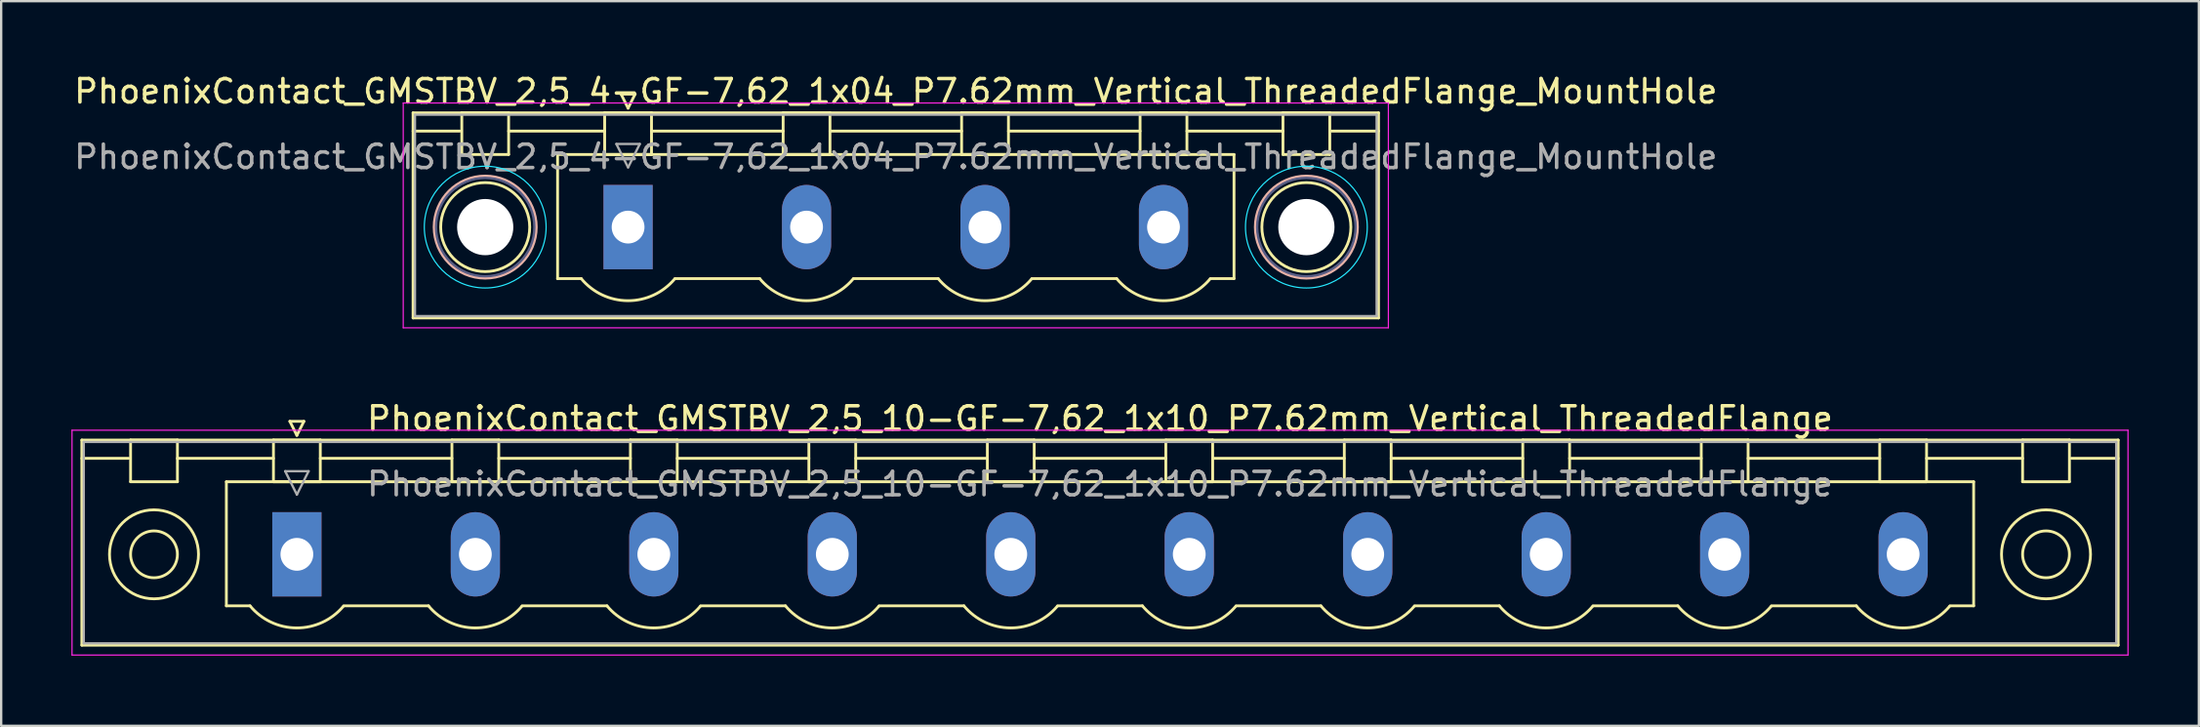
<source format=kicad_pcb>
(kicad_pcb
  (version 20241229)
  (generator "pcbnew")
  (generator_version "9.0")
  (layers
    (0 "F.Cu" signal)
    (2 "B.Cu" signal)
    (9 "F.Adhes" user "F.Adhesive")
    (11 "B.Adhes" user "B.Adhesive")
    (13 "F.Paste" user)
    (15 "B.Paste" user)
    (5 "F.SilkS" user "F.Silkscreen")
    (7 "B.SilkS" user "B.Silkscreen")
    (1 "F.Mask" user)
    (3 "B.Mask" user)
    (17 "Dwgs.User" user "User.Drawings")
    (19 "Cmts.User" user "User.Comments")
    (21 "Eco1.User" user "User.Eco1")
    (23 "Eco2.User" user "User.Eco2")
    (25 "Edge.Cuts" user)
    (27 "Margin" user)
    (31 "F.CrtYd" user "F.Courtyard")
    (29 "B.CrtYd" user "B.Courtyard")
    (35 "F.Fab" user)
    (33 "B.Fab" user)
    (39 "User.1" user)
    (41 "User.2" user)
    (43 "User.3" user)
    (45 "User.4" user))
  (footprint "PhoenixContact_GMSTBV_2,5_4-GF-7,62_1x04_P7.62mm_Vertical_ThreadedFlange_MountHole"
    (layer "F.Cu")
    (at 23.766 6.648)
    (property "Reference" "PhoenixContact_GMSTBV_2,5_4-GF-7,62_1x04_P7.62mm_Vertical_ThreadedFlange_MountHole" (at 11.43 -5.8 0) (layer "F.SilkS") (effects (font (size 1 1) (thickness 0.15))))
    (attr through_hole)
    (fp_line (start -9.18 -4.88) (end -9.18 3.88) (stroke (width 0.12) (type solid)) (layer "F.SilkS"))
    (fp_line (start -9.18 -4.1) (end -7.18 -4.1) (stroke (width 0.12) (type solid)) (layer "F.SilkS"))
    (fp_line (start -9.18 3.88) (end 32.04 3.88) (stroke (width 0.12) (type solid)) (layer "F.SilkS"))
    (fp_line (start -7.1 -4.88) (end -5.1 -4.88) (stroke (width 0.12) (type solid)) (layer "F.SilkS"))
    (fp_line (start -7.1 -3.1) (end -7.1 -4.88) (stroke (width 0.12) (type solid)) (layer "F.SilkS"))
    (fp_line (start -5.1 -4.88) (end -5.1 -3.1) (stroke (width 0.12) (type solid)) (layer "F.SilkS"))
    (fp_line (start -5.1 -4.1) (end -1 -4.1) (stroke (width 0.12) (type solid)) (layer "F.SilkS"))
    (fp_line (start -5.1 -3.1) (end -7.1 -3.1) (stroke (width 0.12) (type solid)) (layer "F.SilkS"))
    (fp_line (start -3.01 -3.1) (end 25.87 -3.1) (stroke (width 0.12) (type solid)) (layer "F.SilkS"))
    (fp_line (start -3.01 2.2) (end -3.01 -3.1) (stroke (width 0.12) (type solid)) (layer "F.SilkS"))
    (fp_line (start -2 2.2) (end -3.01 2.2) (stroke (width 0.12) (type solid)) (layer "F.SilkS"))
    (fp_line (start -1 -4.88) (end 1 -4.88) (stroke (width 0.12) (type solid)) (layer "F.SilkS"))
    (fp_line (start -1 -3.1) (end -1 -4.88) (stroke (width 0.12) (type solid)) (layer "F.SilkS"))
    (fp_line (start -0.3 -5.68) (end 0.3 -5.68) (stroke (width 0.12) (type solid)) (layer "F.SilkS"))
    (fp_line (start 0 -5.08) (end -0.3 -5.68) (stroke (width 0.12) (type solid)) (layer "F.SilkS"))
    (fp_line (start 0.3 -5.68) (end 0 -5.08) (stroke (width 0.12) (type solid)) (layer "F.SilkS"))
    (fp_line (start 1 -4.88) (end 1 -3.1) (stroke (width 0.12) (type solid)) (layer "F.SilkS"))
    (fp_line (start 1 -4.1) (end 6.62 -4.1) (stroke (width 0.12) (type solid)) (layer "F.SilkS"))
    (fp_line (start 1 -3.1) (end -1 -3.1) (stroke (width 0.12) (type solid)) (layer "F.SilkS"))
    (fp_line (start 2 2.2) (end 5.62 2.2) (stroke (width 0.12) (type solid)) (layer "F.SilkS"))
    (fp_line (start 6.62 -4.88) (end 8.62 -4.88) (stroke (width 0.12) (type solid)) (layer "F.SilkS"))
    (fp_line (start 6.62 -3.1) (end 6.62 -4.88) (stroke (width 0.12) (type solid)) (layer "F.SilkS"))
    (fp_line (start 8.62 -4.88) (end 8.62 -3.1) (stroke (width 0.12) (type solid)) (layer "F.SilkS"))
    (fp_line (start 8.62 -4.1) (end 14.24 -4.1) (stroke (width 0.12) (type solid)) (layer "F.SilkS"))
    (fp_line (start 8.62 -3.1) (end 6.62 -3.1) (stroke (width 0.12) (type solid)) (layer "F.SilkS"))
    (fp_line (start 9.62 2.2) (end 13.24 2.2) (stroke (width 0.12) (type solid)) (layer "F.SilkS"))
    (fp_line (start 14.24 -4.88) (end 16.24 -4.88) (stroke (width 0.12) (type solid)) (layer "F.SilkS"))
    (fp_line (start 14.24 -3.1) (end 14.24 -4.88) (stroke (width 0.12) (type solid)) (layer "F.SilkS"))
    (fp_line (start 16.24 -4.88) (end 16.24 -3.1) (stroke (width 0.12) (type solid)) (layer "F.SilkS"))
    (fp_line (start 16.24 -4.1) (end 21.86 -4.1) (stroke (width 0.12) (type solid)) (layer "F.SilkS"))
    (fp_line (start 16.24 -3.1) (end 14.24 -3.1) (stroke (width 0.12) (type solid)) (layer "F.SilkS"))
    (fp_line (start 17.24 2.2) (end 20.86 2.2) (stroke (width 0.12) (type solid)) (layer "F.SilkS"))
    (fp_line (start 21.86 -4.88) (end 23.86 -4.88) (stroke (width 0.12) (type solid)) (layer "F.SilkS"))
    (fp_line (start 21.86 -3.1) (end 21.86 -4.88) (stroke (width 0.12) (type solid)) (layer "F.SilkS"))
    (fp_line (start 23.86 -4.88) (end 23.86 -3.1) (stroke (width 0.12) (type solid)) (layer "F.SilkS"))
    (fp_line (start 23.86 -4.1) (end 27.96 -4.1) (stroke (width 0.12) (type solid)) (layer "F.SilkS"))
    (fp_line (start 23.86 -3.1) (end 21.86 -3.1) (stroke (width 0.12) (type solid)) (layer "F.SilkS"))
    (fp_line (start 25.87 -3.1) (end 25.87 2.2) (stroke (width 0.12) (type solid)) (layer "F.SilkS"))
    (fp_line (start 25.87 2.2) (end 24.86 2.2) (stroke (width 0.12) (type solid)) (layer "F.SilkS"))
    (fp_line (start 27.96 -4.88) (end 29.96 -4.88) (stroke (width 0.12) (type solid)) (layer "F.SilkS"))
    (fp_line (start 27.96 -3.1) (end 27.96 -4.88) (stroke (width 0.12) (type solid)) (layer "F.SilkS"))
    (fp_line (start 29.96 -4.88) (end 29.96 -3.1) (stroke (width 0.12) (type solid)) (layer "F.SilkS"))
    (fp_line (start 29.96 -3.1) (end 27.96 -3.1) (stroke (width 0.12) (type solid)) (layer "F.SilkS"))
    (fp_line (start 32.04 -4.88) (end -9.18 -4.88) (stroke (width 0.12) (type solid)) (layer "F.SilkS"))
    (fp_line (start 32.04 -4.1) (end 30.04 -4.1) (stroke (width 0.12) (type solid)) (layer "F.SilkS"))
    (fp_line (start 32.04 3.88) (end 32.04 -4.88) (stroke (width 0.12) (type solid)) (layer "F.SilkS"))
    (fp_arc (start 1.986842 2.215821) (mid -0.010289 3.142758) (end -2 2.2) (stroke (width 0.12) (type solid)) (layer "F.SilkS"))
    (fp_arc (start 9.606842 2.215821) (mid 7.609711 3.142758) (end 5.62 2.2) (stroke (width 0.12) (type solid)) (layer "F.SilkS"))
    (fp_arc (start 17.226842 2.215821) (mid 15.229711 3.142758) (end 13.24 2.2) (stroke (width 0.12) (type solid)) (layer "F.SilkS"))
    (fp_arc (start 24.846842 2.215821) (mid 22.849711 3.142758) (end 20.86 2.2) (stroke (width 0.12) (type solid)) (layer "F.SilkS"))
    (fp_circle (center -6.1 0) (end -4.2 0) (stroke (width 0.12) (type solid)) (fill no) (layer "F.SilkS"))
    (fp_circle (center 28.96 0) (end 30.86 0) (stroke (width 0.12) (type solid)) (fill no) (layer "F.SilkS"))
    (fp_circle (center -6.1 0) (end -3.92 0) (stroke (width 0.12) (type solid)) (fill no) (layer "B.SilkS"))
    (fp_circle (center 28.96 0) (end 31.14 0) (stroke (width 0.12) (type solid)) (fill no) (layer "B.SilkS"))
    (fp_circle (center -6.1 0) (end -3.5 0) (stroke (width 0.05) (type solid)) (fill no) (layer "B.CrtYd"))
    (fp_circle (center 28.96 0) (end 31.56 0) (stroke (width 0.05) (type solid)) (fill no) (layer "B.CrtYd"))
    (fp_line (start -9.6 -5.3) (end -9.6 4.3) (stroke (width 0.05) (type solid)) (layer "F.CrtYd"))
    (fp_line (start -9.6 4.3) (end 32.46 4.3) (stroke (width 0.05) (type solid)) (layer "F.CrtYd"))
    (fp_line (start 32.46 -5.3) (end -9.6 -5.3) (stroke (width 0.05) (type solid)) (layer "F.CrtYd"))
    (fp_line (start 32.46 4.3) (end 32.46 -5.3) (stroke (width 0.05) (type solid)) (layer "F.CrtYd"))
    (fp_circle (center -6.1 0) (end -4 0) (stroke (width 0.1) (type solid)) (fill no) (layer "B.Fab"))
    (fp_circle (center 28.96 0) (end 31.06 0) (stroke (width 0.1) (type solid)) (fill no) (layer "B.Fab"))
    (fp_line (start -9.1 -4.8) (end -9.1 3.8) (stroke (width 0.1) (type solid)) (layer "F.Fab"))
    (fp_line (start -9.1 3.8) (end 31.96 3.8) (stroke (width 0.1) (type solid)) (layer "F.Fab"))
    (fp_line (start -0.5 -3.55) (end 0.5 -3.55) (stroke (width 0.1) (type solid)) (layer "F.Fab"))
    (fp_line (start 0 -2.55) (end -0.5 -3.55) (stroke (width 0.1) (type solid)) (layer "F.Fab"))
    (fp_line (start 0.5 -3.55) (end 0 -2.55) (stroke (width 0.1) (type solid)) (layer "F.Fab"))
    (fp_line (start 31.96 -4.8) (end -9.1 -4.8) (stroke (width 0.1) (type solid)) (layer "F.Fab"))
    (fp_line (start 31.96 3.8) (end 31.96 -4.8) (stroke (width 0.1) (type solid)) (layer "F.Fab"))
    (fp_text user "${REFERENCE}" (at 11.43 -3 0) (layer "F.Fab") (effects (font (size 1 1) (thickness 0.15))))
    (pad "" np_thru_hole circle (at -6.1 0) (size 2.4 2.4) (drill 2.4) (layers "*.Cu" "*.Mask"))
    (pad "" np_thru_hole circle (at 28.96 0) (size 2.4 2.4) (drill 2.4) (layers "*.Cu" "*.Mask"))
    (pad "1" thru_hole rect (at 0 0) (size 2.1 3.6) (drill 1.4) (layers "*.Cu" "*.Mask"))
    (pad "2" thru_hole oval (at 7.62 0) (size 2.1 3.6) (drill 1.4) (layers "*.Cu" "*.Mask"))
    (pad "3" thru_hole oval (at 15.24 0) (size 2.1 3.6) (drill 1.4) (layers "*.Cu" "*.Mask"))
    (pad "4" thru_hole oval (at 22.86 0) (size 2.1 3.6) (drill 1.4) (layers "*.Cu" "*.Mask")))
  (footprint "PhoenixContact_GMSTBV_2,5_10-GF-7,62_1x10_P7.62mm_Vertical_ThreadedFlange"
    (layer "F.Cu")
    (at 9.625 20.622)
    (property "Reference" "PhoenixContact_GMSTBV_2,5_10-GF-7,62_1x10_P7.62mm_Vertical_ThreadedFlange" (at 34.29 -5.8 0) (layer "F.SilkS") (effects (font (size 1 1) (thickness 0.15))))
    (attr through_hole)
    (fp_line (start -9.18 -4.88) (end -9.18 3.88) (stroke (width 0.12) (type solid)) (layer "F.SilkS"))
    (fp_line (start -9.18 -4.1) (end -7.18 -4.1) (stroke (width 0.12) (type solid)) (layer "F.SilkS"))
    (fp_line (start -9.18 3.88) (end 77.76 3.88) (stroke (width 0.12) (type solid)) (layer "F.SilkS"))
    (fp_line (start -7.1 -4.88) (end -5.1 -4.88) (stroke (width 0.12) (type solid)) (layer "F.SilkS"))
    (fp_line (start -7.1 -3.1) (end -7.1 -4.88) (stroke (width 0.12) (type solid)) (layer "F.SilkS"))
    (fp_line (start -5.1 -4.88) (end -5.1 -3.1) (stroke (width 0.12) (type solid)) (layer "F.SilkS"))
    (fp_line (start -5.1 -4.1) (end -1 -4.1) (stroke (width 0.12) (type solid)) (layer "F.SilkS"))
    (fp_line (start -5.1 -3.1) (end -7.1 -3.1) (stroke (width 0.12) (type solid)) (layer "F.SilkS"))
    (fp_line (start -3.01 -3.1) (end 71.59 -3.1) (stroke (width 0.12) (type solid)) (layer "F.SilkS"))
    (fp_line (start -3.01 2.2) (end -3.01 -3.1) (stroke (width 0.12) (type solid)) (layer "F.SilkS"))
    (fp_line (start -2 2.2) (end -3.01 2.2) (stroke (width 0.12) (type solid)) (layer "F.SilkS"))
    (fp_line (start -1 -4.88) (end 1 -4.88) (stroke (width 0.12) (type solid)) (layer "F.SilkS"))
    (fp_line (start -1 -3.1) (end -1 -4.88) (stroke (width 0.12) (type solid)) (layer "F.SilkS"))
    (fp_line (start -0.3 -5.68) (end 0.3 -5.68) (stroke (width 0.12) (type solid)) (layer "F.SilkS"))
    (fp_line (start 0 -5.08) (end -0.3 -5.68) (stroke (width 0.12) (type solid)) (layer "F.SilkS"))
    (fp_line (start 0.3 -5.68) (end 0 -5.08) (stroke (width 0.12) (type solid)) (layer "F.SilkS"))
    (fp_line (start 1 -4.88) (end 1 -3.1) (stroke (width 0.12) (type solid)) (layer "F.SilkS"))
    (fp_line (start 1 -4.1) (end 6.62 -4.1) (stroke (width 0.12) (type solid)) (layer "F.SilkS"))
    (fp_line (start 1 -3.1) (end -1 -3.1) (stroke (width 0.12) (type solid)) (layer "F.SilkS"))
    (fp_line (start 2 2.2) (end 5.62 2.2) (stroke (width 0.12) (type solid)) (layer "F.SilkS"))
    (fp_line (start 6.62 -4.88) (end 8.62 -4.88) (stroke (width 0.12) (type solid)) (layer "F.SilkS"))
    (fp_line (start 6.62 -3.1) (end 6.62 -4.88) (stroke (width 0.12) (type solid)) (layer "F.SilkS"))
    (fp_line (start 8.62 -4.88) (end 8.62 -3.1) (stroke (width 0.12) (type solid)) (layer "F.SilkS"))
    (fp_line (start 8.62 -4.1) (end 14.24 -4.1) (stroke (width 0.12) (type solid)) (layer "F.SilkS"))
    (fp_line (start 8.62 -3.1) (end 6.62 -3.1) (stroke (width 0.12) (type solid)) (layer "F.SilkS"))
    (fp_line (start 9.62 2.2) (end 13.24 2.2) (stroke (width 0.12) (type solid)) (layer "F.SilkS"))
    (fp_line (start 14.24 -4.88) (end 16.24 -4.88) (stroke (width 0.12) (type solid)) (layer "F.SilkS"))
    (fp_line (start 14.24 -3.1) (end 14.24 -4.88) (stroke (width 0.12) (type solid)) (layer "F.SilkS"))
    (fp_line (start 16.24 -4.88) (end 16.24 -3.1) (stroke (width 0.12) (type solid)) (layer "F.SilkS"))
    (fp_line (start 16.24 -4.1) (end 21.86 -4.1) (stroke (width 0.12) (type solid)) (layer "F.SilkS"))
    (fp_line (start 16.24 -3.1) (end 14.24 -3.1) (stroke (width 0.12) (type solid)) (layer "F.SilkS"))
    (fp_line (start 17.24 2.2) (end 20.86 2.2) (stroke (width 0.12) (type solid)) (layer "F.SilkS"))
    (fp_line (start 21.86 -4.88) (end 23.86 -4.88) (stroke (width 0.12) (type solid)) (layer "F.SilkS"))
    (fp_line (start 21.86 -3.1) (end 21.86 -4.88) (stroke (width 0.12) (type solid)) (layer "F.SilkS"))
    (fp_line (start 23.86 -4.88) (end 23.86 -3.1) (stroke (width 0.12) (type solid)) (layer "F.SilkS"))
    (fp_line (start 23.86 -4.1) (end 29.48 -4.1) (stroke (width 0.12) (type solid)) (layer "F.SilkS"))
    (fp_line (start 23.86 -3.1) (end 21.86 -3.1) (stroke (width 0.12) (type solid)) (layer "F.SilkS"))
    (fp_line (start 24.86 2.2) (end 28.48 2.2) (stroke (width 0.12) (type solid)) (layer "F.SilkS"))
    (fp_line (start 29.48 -4.88) (end 31.48 -4.88) (stroke (width 0.12) (type solid)) (layer "F.SilkS"))
    (fp_line (start 29.48 -3.1) (end 29.48 -4.88) (stroke (width 0.12) (type solid)) (layer "F.SilkS"))
    (fp_line (start 31.48 -4.88) (end 31.48 -3.1) (stroke (width 0.12) (type solid)) (layer "F.SilkS"))
    (fp_line (start 31.48 -4.1) (end 37.1 -4.1) (stroke (width 0.12) (type solid)) (layer "F.SilkS"))
    (fp_line (start 31.48 -3.1) (end 29.48 -3.1) (stroke (width 0.12) (type solid)) (layer "F.SilkS"))
    (fp_line (start 32.48 2.2) (end 36.1 2.2) (stroke (width 0.12) (type solid)) (layer "F.SilkS"))
    (fp_line (start 37.1 -4.88) (end 39.1 -4.88) (stroke (width 0.12) (type solid)) (layer "F.SilkS"))
    (fp_line (start 37.1 -3.1) (end 37.1 -4.88) (stroke (width 0.12) (type solid)) (layer "F.SilkS"))
    (fp_line (start 39.1 -4.88) (end 39.1 -3.1) (stroke (width 0.12) (type solid)) (layer "F.SilkS"))
    (fp_line (start 39.1 -4.1) (end 44.72 -4.1) (stroke (width 0.12) (type solid)) (layer "F.SilkS"))
    (fp_line (start 39.1 -3.1) (end 37.1 -3.1) (stroke (width 0.12) (type solid)) (layer "F.SilkS"))
    (fp_line (start 40.1 2.2) (end 43.72 2.2) (stroke (width 0.12) (type solid)) (layer "F.SilkS"))
    (fp_line (start 44.72 -4.88) (end 46.72 -4.88) (stroke (width 0.12) (type solid)) (layer "F.SilkS"))
    (fp_line (start 44.72 -3.1) (end 44.72 -4.88) (stroke (width 0.12) (type solid)) (layer "F.SilkS"))
    (fp_line (start 46.72 -4.88) (end 46.72 -3.1) (stroke (width 0.12) (type solid)) (layer "F.SilkS"))
    (fp_line (start 46.72 -4.1) (end 52.34 -4.1) (stroke (width 0.12) (type solid)) (layer "F.SilkS"))
    (fp_line (start 46.72 -3.1) (end 44.72 -3.1) (stroke (width 0.12) (type solid)) (layer "F.SilkS"))
    (fp_line (start 47.72 2.2) (end 51.34 2.2) (stroke (width 0.12) (type solid)) (layer "F.SilkS"))
    (fp_line (start 52.34 -4.88) (end 54.34 -4.88) (stroke (width 0.12) (type solid)) (layer "F.SilkS"))
    (fp_line (start 52.34 -3.1) (end 52.34 -4.88) (stroke (width 0.12) (type solid)) (layer "F.SilkS"))
    (fp_line (start 54.34 -4.88) (end 54.34 -3.1) (stroke (width 0.12) (type solid)) (layer "F.SilkS"))
    (fp_line (start 54.34 -4.1) (end 59.96 -4.1) (stroke (width 0.12) (type solid)) (layer "F.SilkS"))
    (fp_line (start 54.34 -3.1) (end 52.34 -3.1) (stroke (width 0.12) (type solid)) (layer "F.SilkS"))
    (fp_line (start 55.34 2.2) (end 58.96 2.2) (stroke (width 0.12) (type solid)) (layer "F.SilkS"))
    (fp_line (start 59.96 -4.88) (end 61.96 -4.88) (stroke (width 0.12) (type solid)) (layer "F.SilkS"))
    (fp_line (start 59.96 -3.1) (end 59.96 -4.88) (stroke (width 0.12) (type solid)) (layer "F.SilkS"))
    (fp_line (start 61.96 -4.88) (end 61.96 -3.1) (stroke (width 0.12) (type solid)) (layer "F.SilkS"))
    (fp_line (start 61.96 -4.1) (end 67.58 -4.1) (stroke (width 0.12) (type solid)) (layer "F.SilkS"))
    (fp_line (start 61.96 -3.1) (end 59.96 -3.1) (stroke (width 0.12) (type solid)) (layer "F.SilkS"))
    (fp_line (start 62.96 2.2) (end 66.58 2.2) (stroke (width 0.12) (type solid)) (layer "F.SilkS"))
    (fp_line (start 67.58 -4.88) (end 69.58 -4.88) (stroke (width 0.12) (type solid)) (layer "F.SilkS"))
    (fp_line (start 67.58 -3.1) (end 67.58 -4.88) (stroke (width 0.12) (type solid)) (layer "F.SilkS"))
    (fp_line (start 69.58 -4.88) (end 69.58 -3.1) (stroke (width 0.12) (type solid)) (layer "F.SilkS"))
    (fp_line (start 69.58 -4.1) (end 73.68 -4.1) (stroke (width 0.12) (type solid)) (layer "F.SilkS"))
    (fp_line (start 69.58 -3.1) (end 67.58 -3.1) (stroke (width 0.12) (type solid)) (layer "F.SilkS"))
    (fp_line (start 71.59 -3.1) (end 71.59 2.2) (stroke (width 0.12) (type solid)) (layer "F.SilkS"))
    (fp_line (start 71.59 2.2) (end 70.58 2.2) (stroke (width 0.12) (type solid)) (layer "F.SilkS"))
    (fp_line (start 73.68 -4.88) (end 75.68 -4.88) (stroke (width 0.12) (type solid)) (layer "F.SilkS"))
    (fp_line (start 73.68 -3.1) (end 73.68 -4.88) (stroke (width 0.12) (type solid)) (layer "F.SilkS"))
    (fp_line (start 75.68 -4.88) (end 75.68 -3.1) (stroke (width 0.12) (type solid)) (layer "F.SilkS"))
    (fp_line (start 75.68 -3.1) (end 73.68 -3.1) (stroke (width 0.12) (type solid)) (layer "F.SilkS"))
    (fp_line (start 77.76 -4.88) (end -9.18 -4.88) (stroke (width 0.12) (type solid)) (layer "F.SilkS"))
    (fp_line (start 77.76 -4.1) (end 75.76 -4.1) (stroke (width 0.12) (type solid)) (layer "F.SilkS"))
    (fp_line (start 77.76 3.88) (end 77.76 -4.88) (stroke (width 0.12) (type solid)) (layer "F.SilkS"))
    (fp_arc (start 1.986842 2.215821) (mid -0.010289 3.142758) (end -2 2.2) (stroke (width 0.12) (type solid)) (layer "F.SilkS"))
    (fp_arc (start 9.606842 2.215821) (mid 7.609711 3.142758) (end 5.62 2.2) (stroke (width 0.12) (type solid)) (layer "F.SilkS"))
    (fp_arc (start 17.226842 2.215821) (mid 15.229711 3.142758) (end 13.24 2.2) (stroke (width 0.12) (type solid)) (layer "F.SilkS"))
    (fp_arc (start 24.846842 2.215821) (mid 22.849711 3.142758) (end 20.86 2.2) (stroke (width 0.12) (type solid)) (layer "F.SilkS"))
    (fp_arc (start 32.466842 2.215821) (mid 30.469711 3.142758) (end 28.48 2.2) (stroke (width 0.12) (type solid)) (layer "F.SilkS"))
    (fp_arc (start 40.086842 2.215821) (mid 38.089711 3.142758) (end 36.1 2.2) (stroke (width 0.12) (type solid)) (layer "F.SilkS"))
    (fp_arc (start 47.706842 2.215821) (mid 45.709711 3.142758) (end 43.72 2.2) (stroke (width 0.12) (type solid)) (layer "F.SilkS"))
    (fp_arc (start 55.326842 2.215821) (mid 53.329711 3.142758) (end 51.34 2.2) (stroke (width 0.12) (type solid)) (layer "F.SilkS"))
    (fp_arc (start 62.946842 2.215821) (mid 60.949711 3.142758) (end 58.96 2.2) (stroke (width 0.12) (type solid)) (layer "F.SilkS"))
    (fp_arc (start 70.566842 2.215821) (mid 68.569711 3.142758) (end 66.58 2.2) (stroke (width 0.12) (type solid)) (layer "F.SilkS"))
    (fp_circle (center -6.1 0) (end -5.1 0) (stroke (width 0.12) (type solid)) (fill no) (layer "F.SilkS"))
    (fp_circle (center -6.1 0) (end -4.2 0) (stroke (width 0.12) (type solid)) (fill no) (layer "F.SilkS"))
    (fp_circle (center 74.68 0) (end 75.68 0) (stroke (width 0.12) (type solid)) (fill no) (layer "F.SilkS"))
    (fp_circle (center 74.68 0) (end 76.58 0) (stroke (width 0.12) (type solid)) (fill no) (layer "F.SilkS"))
    (fp_line (start -9.6 -5.3) (end -9.6 4.3) (stroke (width 0.05) (type solid)) (layer "F.CrtYd"))
    (fp_line (start -9.6 4.3) (end 78.18 4.3) (stroke (width 0.05) (type solid)) (layer "F.CrtYd"))
    (fp_line (start 78.18 -5.3) (end -9.6 -5.3) (stroke (width 0.05) (type solid)) (layer "F.CrtYd"))
    (fp_line (start 78.18 4.3) (end 78.18 -5.3) (stroke (width 0.05) (type solid)) (layer "F.CrtYd"))
    (fp_line (start -9.1 -4.8) (end -9.1 3.8) (stroke (width 0.1) (type solid)) (layer "F.Fab"))
    (fp_line (start -9.1 3.8) (end 77.68 3.8) (stroke (width 0.1) (type solid)) (layer "F.Fab"))
    (fp_line (start -0.5 -3.55) (end 0.5 -3.55) (stroke (width 0.1) (type solid)) (layer "F.Fab"))
    (fp_line (start 0 -2.55) (end -0.5 -3.55) (stroke (width 0.1) (type solid)) (layer "F.Fab"))
    (fp_line (start 0.5 -3.55) (end 0 -2.55) (stroke (width 0.1) (type solid)) (layer "F.Fab"))
    (fp_line (start 77.68 -4.8) (end -9.1 -4.8) (stroke (width 0.1) (type solid)) (layer "F.Fab"))
    (fp_line (start 77.68 3.8) (end 77.68 -4.8) (stroke (width 0.1) (type solid)) (layer "F.Fab"))
    (fp_text user "${REFERENCE}" (at 34.29 -3 0) (layer "F.Fab") (effects (font (size 1 1) (thickness 0.15))))
    (pad "1" thru_hole rect (at 0 0) (size 2.1 3.6) (drill 1.4) (layers "*.Cu" "*.Mask"))
    (pad "2" thru_hole oval (at 7.62 0) (size 2.1 3.6) (drill 1.4) (layers "*.Cu" "*.Mask"))
    (pad "3" thru_hole oval (at 15.24 0) (size 2.1 3.6) (drill 1.4) (layers "*.Cu" "*.Mask"))
    (pad "4" thru_hole oval (at 22.86 0) (size 2.1 3.6) (drill 1.4) (layers "*.Cu" "*.Mask"))
    (pad "5" thru_hole oval (at 30.48 0) (size 2.1 3.6) (drill 1.4) (layers "*.Cu" "*.Mask"))
    (pad "6" thru_hole oval (at 38.1 0) (size 2.1 3.6) (drill 1.4) (layers "*.Cu" "*.Mask"))
    (pad "7" thru_hole oval (at 45.72 0) (size 2.1 3.6) (drill 1.4) (layers "*.Cu" "*.Mask"))
    (pad "8" thru_hole oval (at 53.34 0) (size 2.1 3.6) (drill 1.4) (layers "*.Cu" "*.Mask"))
    (pad "9" thru_hole oval (at 60.96 0) (size 2.1 3.6) (drill 1.4) (layers "*.Cu" "*.Mask"))
    (pad "10" thru_hole oval (at 68.58 0) (size 2.1 3.6) (drill 1.4) (layers "*.Cu" "*.Mask")))
  (gr_rect
    (start -3 -3)
    (end 90.83 27.947)
    (stroke (width 0.1) (type default))
    (fill no)
    (layer "Edge.Cuts")))
</source>
